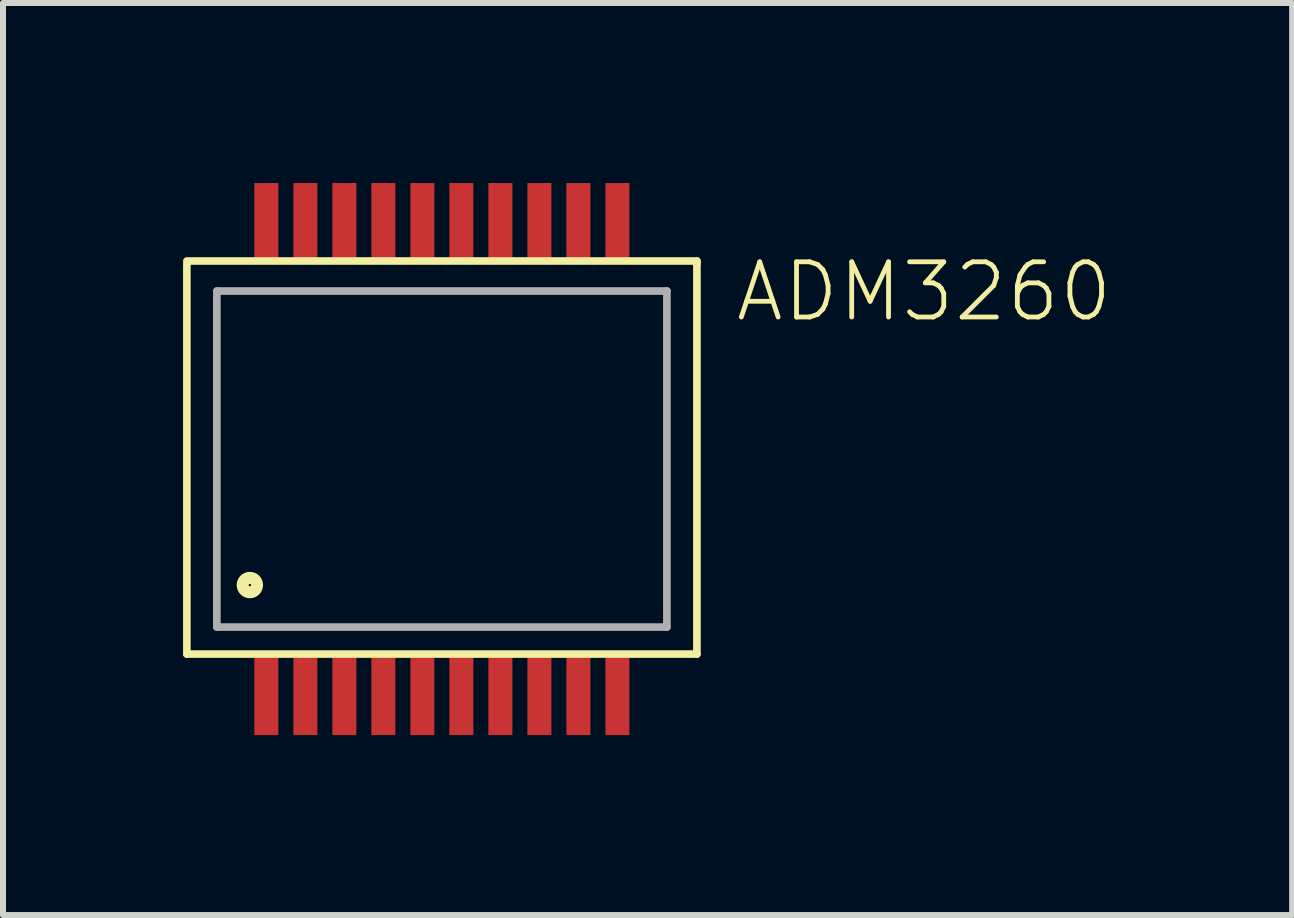
<source format=kicad_pcb>
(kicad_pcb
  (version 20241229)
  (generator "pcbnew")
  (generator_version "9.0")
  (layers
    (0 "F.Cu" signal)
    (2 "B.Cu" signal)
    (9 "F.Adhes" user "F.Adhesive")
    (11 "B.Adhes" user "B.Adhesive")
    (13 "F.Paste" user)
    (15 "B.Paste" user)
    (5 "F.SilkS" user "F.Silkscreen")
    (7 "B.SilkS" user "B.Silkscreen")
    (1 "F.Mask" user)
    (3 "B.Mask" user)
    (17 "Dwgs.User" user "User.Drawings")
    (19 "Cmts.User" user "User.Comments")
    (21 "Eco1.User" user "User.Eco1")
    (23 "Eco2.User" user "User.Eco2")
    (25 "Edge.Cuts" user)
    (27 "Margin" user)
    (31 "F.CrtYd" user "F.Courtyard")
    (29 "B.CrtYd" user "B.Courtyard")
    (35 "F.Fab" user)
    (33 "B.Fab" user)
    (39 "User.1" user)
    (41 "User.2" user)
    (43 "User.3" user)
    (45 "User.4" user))
  (footprint "ADM3260"
    (layer "F.Cu")
    (at 4.314 4.6)
    (property "Reference" "ADM3260" (at 4.85 -2.25 0) (unlocked yes) (layer "F.SilkS") (effects (font (size 0.92 0.92) (thickness 0.08)) (justify left bottom)))
    (fp_line (start -4.25 -3.3) (end 4.25 -3.3) (stroke (width 0.127) (type solid)) (layer "F.SilkS"))
    (fp_line (start -4.25 3.25) (end -4.25 -3.25) (stroke (width 0.127) (type solid)) (layer "F.SilkS"))
    (fp_line (start 4.25 -3.3) (end 4.25 -3.25) (stroke (width 0.127) (type solid)) (layer "F.SilkS"))
    (fp_line (start 4.25 -3.25) (end 4.25 3.25) (stroke (width 0.127) (type solid)) (layer "F.SilkS"))
    (fp_line (start 4.25 3.25) (end -4.25 3.25) (stroke (width 0.127) (type solid)) (layer "F.SilkS"))
    (fp_circle (center -3.2 2.1) (end -3.08 2.1) (stroke (width 0.2) (type solid)) (fill no) (layer "F.SilkS"))
    (fp_line (start -3.75 -2.8) (end 3.75 -2.8) (stroke (width 0.127) (type solid)) (layer "F.Fab"))
    (fp_line (start -3.75 2.8) (end -3.75 -2.8) (stroke (width 0.127) (type solid)) (layer "F.Fab"))
    (fp_line (start 3.75 -2.8) (end 3.75 2.8) (stroke (width 0.127) (type solid)) (layer "F.Fab"))
    (fp_line (start 3.75 2.8) (end -3.75 2.8) (stroke (width 0.127) (type solid)) (layer "F.Fab"))
    (pad "P$1" smd rect (at -2.925 3.95 90) (size 1.3 0.4) (layers "F.Cu" "F.Mask" "F.Paste"))
    (pad "P$2" smd rect (at -2.275 3.95 90) (size 1.3 0.4) (layers "F.Cu" "F.Mask" "F.Paste"))
    (pad "P$3" smd rect (at -1.625 3.95 90) (size 1.3 0.4) (layers "F.Cu" "F.Mask" "F.Paste"))
    (pad "P$4" smd rect (at -0.975 3.95 90) (size 1.3 0.4) (layers "F.Cu" "F.Mask" "F.Paste"))
    (pad "P$5" smd rect (at -0.325 3.95 90) (size 1.3 0.4) (layers "F.Cu" "F.Mask" "F.Paste"))
    (pad "P$6" smd rect (at 0.325 3.95 90) (size 1.3 0.4) (layers "F.Cu" "F.Mask" "F.Paste"))
    (pad "P$7" smd rect (at 0.975 3.95 90) (size 1.3 0.4) (layers "F.Cu" "F.Mask" "F.Paste"))
    (pad "P$8" smd rect (at 1.625 3.95 90) (size 1.3 0.4) (layers "F.Cu" "F.Mask" "F.Paste"))
    (pad "P$9" smd rect (at 2.275 3.95 90) (size 1.3 0.4) (layers "F.Cu" "F.Mask" "F.Paste"))
    (pad "P$10" smd rect (at 2.925 3.95 90) (size 1.3 0.4) (layers "F.Cu" "F.Mask" "F.Paste"))
    (pad "P$11" smd rect (at 2.925 -3.95 90) (size 1.3 0.4) (layers "F.Cu" "F.Mask" "F.Paste"))
    (pad "P$12" smd rect (at 2.275 -3.95 90) (size 1.3 0.4) (layers "F.Cu" "F.Mask" "F.Paste"))
    (pad "P$13" smd rect (at 1.625 -3.95 90) (size 1.3 0.4) (layers "F.Cu" "F.Mask" "F.Paste"))
    (pad "P$14" smd rect (at 0.975 -3.95 90) (size 1.3 0.4) (layers "F.Cu" "F.Mask" "F.Paste"))
    (pad "P$15" smd rect (at 0.325 -3.95 90) (size 1.3 0.4) (layers "F.Cu" "F.Mask" "F.Paste"))
    (pad "P$16" smd rect (at -0.325 -3.95 90) (size 1.3 0.4) (layers "F.Cu" "F.Mask" "F.Paste"))
    (pad "P$17" smd rect (at -0.975 -3.95 90) (size 1.3 0.4) (layers "F.Cu" "F.Mask" "F.Paste"))
    (pad "P$18" smd rect (at -1.625 -3.95 90) (size 1.3 0.4) (layers "F.Cu" "F.Mask" "F.Paste"))
    (pad "P$19" smd rect (at -2.275 -3.95 90) (size 1.3 0.4) (layers "F.Cu" "F.Mask" "F.Paste"))
    (pad "P$20" smd rect (at -2.925 -3.95 90) (size 1.3 0.4) (layers "F.Cu" "F.Mask" "F.Paste")))
  (gr_rect
    (start -3 -3)
    (end 18.484 12.2)
    (stroke (width 0.1) (type default))
    (fill no)
    (layer "Edge.Cuts")))
</source>
